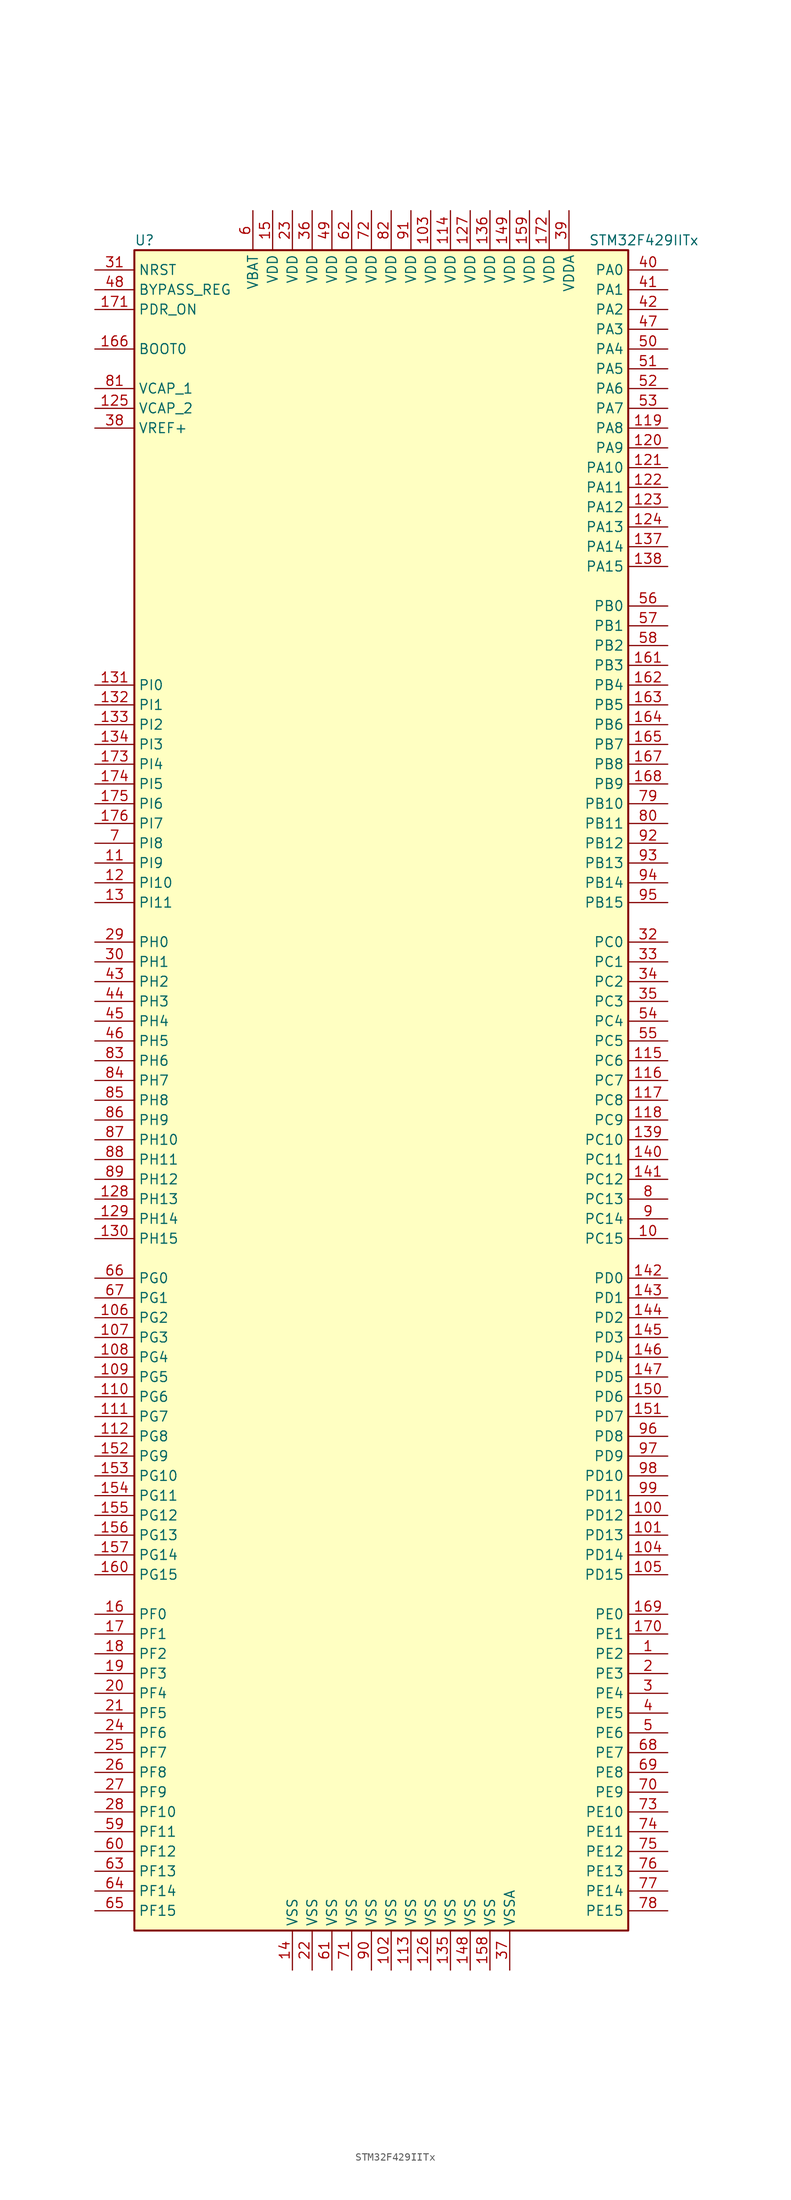
<source format=kicad_sym>
(kicad_symbol_lib
  (version 20201005)
  (generator kicad_symbol_editor)
  (symbol "STM32F429IITx"
    (property "Reference" "U"
      (at -33.02 107.95 0)
      (effects (font (size 1.27 1.27)) (justify left)))
    (property "Value" "STM32F429IITx"
      (at 25.4 107.95 0)
      (effects (font (size 1.27 1.27)) (justify left)))
    (symbol "STM32F429IITx_0_1"
      (rectangle (start -33.02 -109.22) (end 30.48 106.68) (stroke (width 0.254)) (fill (type background))))
    (symbol "STM32F429IITx_1_1"
      (pin bidirectional line (at 35.56 -73.66 180) (length 5.08) (name "PE2" (effects (font (size 1.27 1.27)))) (number "1" (effects (font (size 1.27 1.27)))))
      (pin bidirectional line (at 35.56 -20.32 180) (length 5.08) (name "PC15" (effects (font (size 1.27 1.27)))) (number "10" (effects (font (size 1.27 1.27)))))
      (pin bidirectional line (at 35.56 -55.88 180) (length 5.08) (name "PD12" (effects (font (size 1.27 1.27)))) (number "100" (effects (font (size 1.27 1.27)))))
      (pin bidirectional line (at 35.56 -58.42 180) (length 5.08) (name "PD13" (effects (font (size 1.27 1.27)))) (number "101" (effects (font (size 1.27 1.27)))))
      (pin power_in line (at 0 -114.3 90) (length 5.08) (name "VSS" (effects (font (size 1.27 1.27)))) (number "102" (effects (font (size 1.27 1.27)))))
      (pin power_in line (at 5.08 111.76 270) (length 5.08) (name "VDD" (effects (font (size 1.27 1.27)))) (number "103" (effects (font (size 1.27 1.27)))))
      (pin bidirectional line (at 35.56 -60.96 180) (length 5.08) (name "PD14" (effects (font (size 1.27 1.27)))) (number "104" (effects (font (size 1.27 1.27)))))
      (pin bidirectional line (at 35.56 -63.5 180) (length 5.08) (name "PD15" (effects (font (size 1.27 1.27)))) (number "105" (effects (font (size 1.27 1.27)))))
      (pin bidirectional line (at -38.1 -30.48 0) (length 5.08) (name "PG2" (effects (font (size 1.27 1.27)))) (number "106" (effects (font (size 1.27 1.27)))))
      (pin bidirectional line (at -38.1 -33.02 0) (length 5.08) (name "PG3" (effects (font (size 1.27 1.27)))) (number "107" (effects (font (size 1.27 1.27)))))
      (pin bidirectional line (at -38.1 -35.56 0) (length 5.08) (name "PG4" (effects (font (size 1.27 1.27)))) (number "108" (effects (font (size 1.27 1.27)))))
      (pin bidirectional line (at -38.1 -38.1 0) (length 5.08) (name "PG5" (effects (font (size 1.27 1.27)))) (number "109" (effects (font (size 1.27 1.27)))))
      (pin bidirectional line (at -38.1 27.94 0) (length 5.08) (name "PI9" (effects (font (size 1.27 1.27)))) (number "11" (effects (font (size 1.27 1.27)))))
      (pin bidirectional line (at -38.1 -40.64 0) (length 5.08) (name "PG6" (effects (font (size 1.27 1.27)))) (number "110" (effects (font (size 1.27 1.27)))))
      (pin bidirectional line (at -38.1 -43.18 0) (length 5.08) (name "PG7" (effects (font (size 1.27 1.27)))) (number "111" (effects (font (size 1.27 1.27)))))
      (pin bidirectional line (at -38.1 -45.72 0) (length 5.08) (name "PG8" (effects (font (size 1.27 1.27)))) (number "112" (effects (font (size 1.27 1.27)))))
      (pin power_in line (at 2.54 -114.3 90) (length 5.08) (name "VSS" (effects (font (size 1.27 1.27)))) (number "113" (effects (font (size 1.27 1.27)))))
      (pin power_in line (at 7.62 111.76 270) (length 5.08) (name "VDD" (effects (font (size 1.27 1.27)))) (number "114" (effects (font (size 1.27 1.27)))))
      (pin bidirectional line (at 35.56 2.54 180) (length 5.08) (name "PC6" (effects (font (size 1.27 1.27)))) (number "115" (effects (font (size 1.27 1.27)))))
      (pin bidirectional line (at 35.56 0 180) (length 5.08) (name "PC7" (effects (font (size 1.27 1.27)))) (number "116" (effects (font (size 1.27 1.27)))))
      (pin bidirectional line (at 35.56 -2.54 180) (length 5.08) (name "PC8" (effects (font (size 1.27 1.27)))) (number "117" (effects (font (size 1.27 1.27)))))
      (pin bidirectional line (at 35.56 -5.08 180) (length 5.08) (name "PC9" (effects (font (size 1.27 1.27)))) (number "118" (effects (font (size 1.27 1.27)))))
      (pin bidirectional line (at 35.56 83.82 180) (length 5.08) (name "PA8" (effects (font (size 1.27 1.27)))) (number "119" (effects (font (size 1.27 1.27)))))
      (pin bidirectional line (at -38.1 25.4 0) (length 5.08) (name "PI10" (effects (font (size 1.27 1.27)))) (number "12" (effects (font (size 1.27 1.27)))))
      (pin bidirectional line (at 35.56 81.28 180) (length 5.08) (name "PA9" (effects (font (size 1.27 1.27)))) (number "120" (effects (font (size 1.27 1.27)))))
      (pin bidirectional line (at 35.56 78.74 180) (length 5.08) (name "PA10" (effects (font (size 1.27 1.27)))) (number "121" (effects (font (size 1.27 1.27)))))
      (pin bidirectional line (at 35.56 76.2 180) (length 5.08) (name "PA11" (effects (font (size 1.27 1.27)))) (number "122" (effects (font (size 1.27 1.27)))))
      (pin bidirectional line (at 35.56 73.66 180) (length 5.08) (name "PA12" (effects (font (size 1.27 1.27)))) (number "123" (effects (font (size 1.27 1.27)))))
      (pin bidirectional line (at 35.56 71.12 180) (length 5.08) (name "PA13" (effects (font (size 1.27 1.27)))) (number "124" (effects (font (size 1.27 1.27)))))
      (pin power_in line (at -38.1 86.36 0) (length 5.08) (name "VCAP_2" (effects (font (size 1.27 1.27)))) (number "125" (effects (font (size 1.27 1.27)))))
      (pin power_in line (at 5.08 -114.3 90) (length 5.08) (name "VSS" (effects (font (size 1.27 1.27)))) (number "126" (effects (font (size 1.27 1.27)))))
      (pin power_in line (at 10.16 111.76 270) (length 5.08) (name "VDD" (effects (font (size 1.27 1.27)))) (number "127" (effects (font (size 1.27 1.27)))))
      (pin bidirectional line (at -38.1 -15.24 0) (length 5.08) (name "PH13" (effects (font (size 1.27 1.27)))) (number "128" (effects (font (size 1.27 1.27)))))
      (pin bidirectional line (at -38.1 -17.78 0) (length 5.08) (name "PH14" (effects (font (size 1.27 1.27)))) (number "129" (effects (font (size 1.27 1.27)))))
      (pin bidirectional line (at -38.1 22.86 0) (length 5.08) (name "PI11" (effects (font (size 1.27 1.27)))) (number "13" (effects (font (size 1.27 1.27)))))
      (pin bidirectional line (at -38.1 -20.32 0) (length 5.08) (name "PH15" (effects (font (size 1.27 1.27)))) (number "130" (effects (font (size 1.27 1.27)))))
      (pin bidirectional line (at -38.1 50.8 0) (length 5.08) (name "PI0" (effects (font (size 1.27 1.27)))) (number "131" (effects (font (size 1.27 1.27)))))
      (pin bidirectional line (at -38.1 48.26 0) (length 5.08) (name "PI1" (effects (font (size 1.27 1.27)))) (number "132" (effects (font (size 1.27 1.27)))))
      (pin bidirectional line (at -38.1 45.72 0) (length 5.08) (name "PI2" (effects (font (size 1.27 1.27)))) (number "133" (effects (font (size 1.27 1.27)))))
      (pin bidirectional line (at -38.1 43.18 0) (length 5.08) (name "PI3" (effects (font (size 1.27 1.27)))) (number "134" (effects (font (size 1.27 1.27)))))
      (pin power_in line (at 7.62 -114.3 90) (length 5.08) (name "VSS" (effects (font (size 1.27 1.27)))) (number "135" (effects (font (size 1.27 1.27)))))
      (pin power_in line (at 12.7 111.76 270) (length 5.08) (name "VDD" (effects (font (size 1.27 1.27)))) (number "136" (effects (font (size 1.27 1.27)))))
      (pin bidirectional line (at 35.56 68.58 180) (length 5.08) (name "PA14" (effects (font (size 1.27 1.27)))) (number "137" (effects (font (size 1.27 1.27)))))
      (pin bidirectional line (at 35.56 66.04 180) (length 5.08) (name "PA15" (effects (font (size 1.27 1.27)))) (number "138" (effects (font (size 1.27 1.27)))))
      (pin bidirectional line (at 35.56 -7.62 180) (length 5.08) (name "PC10" (effects (font (size 1.27 1.27)))) (number "139" (effects (font (size 1.27 1.27)))))
      (pin power_in line (at -12.7 -114.3 90) (length 5.08) (name "VSS" (effects (font (size 1.27 1.27)))) (number "14" (effects (font (size 1.27 1.27)))))
      (pin bidirectional line (at 35.56 -10.16 180) (length 5.08) (name "PC11" (effects (font (size 1.27 1.27)))) (number "140" (effects (font (size 1.27 1.27)))))
      (pin bidirectional line (at 35.56 -12.7 180) (length 5.08) (name "PC12" (effects (font (size 1.27 1.27)))) (number "141" (effects (font (size 1.27 1.27)))))
      (pin bidirectional line (at 35.56 -25.4 180) (length 5.08) (name "PD0" (effects (font (size 1.27 1.27)))) (number "142" (effects (font (size 1.27 1.27)))))
      (pin bidirectional line (at 35.56 -27.94 180) (length 5.08) (name "PD1" (effects (font (size 1.27 1.27)))) (number "143" (effects (font (size 1.27 1.27)))))
      (pin bidirectional line (at 35.56 -30.48 180) (length 5.08) (name "PD2" (effects (font (size 1.27 1.27)))) (number "144" (effects (font (size 1.27 1.27)))))
      (pin bidirectional line (at 35.56 -33.02 180) (length 5.08) (name "PD3" (effects (font (size 1.27 1.27)))) (number "145" (effects (font (size 1.27 1.27)))))
      (pin bidirectional line (at 35.56 -35.56 180) (length 5.08) (name "PD4" (effects (font (size 1.27 1.27)))) (number "146" (effects (font (size 1.27 1.27)))))
      (pin bidirectional line (at 35.56 -38.1 180) (length 5.08) (name "PD5" (effects (font (size 1.27 1.27)))) (number "147" (effects (font (size 1.27 1.27)))))
      (pin power_in line (at 10.16 -114.3 90) (length 5.08) (name "VSS" (effects (font (size 1.27 1.27)))) (number "148" (effects (font (size 1.27 1.27)))))
      (pin power_in line (at 15.24 111.76 270) (length 5.08) (name "VDD" (effects (font (size 1.27 1.27)))) (number "149" (effects (font (size 1.27 1.27)))))
      (pin power_in line (at -15.24 111.76 270) (length 5.08) (name "VDD" (effects (font (size 1.27 1.27)))) (number "15" (effects (font (size 1.27 1.27)))))
      (pin bidirectional line (at 35.56 -40.64 180) (length 5.08) (name "PD6" (effects (font (size 1.27 1.27)))) (number "150" (effects (font (size 1.27 1.27)))))
      (pin bidirectional line (at 35.56 -43.18 180) (length 5.08) (name "PD7" (effects (font (size 1.27 1.27)))) (number "151" (effects (font (size 1.27 1.27)))))
      (pin bidirectional line (at -38.1 -48.26 0) (length 5.08) (name "PG9" (effects (font (size 1.27 1.27)))) (number "152" (effects (font (size 1.27 1.27)))))
      (pin bidirectional line (at -38.1 -50.8 0) (length 5.08) (name "PG10" (effects (font (size 1.27 1.27)))) (number "153" (effects (font (size 1.27 1.27)))))
      (pin bidirectional line (at -38.1 -53.34 0) (length 5.08) (name "PG11" (effects (font (size 1.27 1.27)))) (number "154" (effects (font (size 1.27 1.27)))))
      (pin bidirectional line (at -38.1 -55.88 0) (length 5.08) (name "PG12" (effects (font (size 1.27 1.27)))) (number "155" (effects (font (size 1.27 1.27)))))
      (pin bidirectional line (at -38.1 -58.42 0) (length 5.08) (name "PG13" (effects (font (size 1.27 1.27)))) (number "156" (effects (font (size 1.27 1.27)))))
      (pin bidirectional line (at -38.1 -60.96 0) (length 5.08) (name "PG14" (effects (font (size 1.27 1.27)))) (number "157" (effects (font (size 1.27 1.27)))))
      (pin power_in line (at 12.7 -114.3 90) (length 5.08) (name "VSS" (effects (font (size 1.27 1.27)))) (number "158" (effects (font (size 1.27 1.27)))))
      (pin power_in line (at 17.78 111.76 270) (length 5.08) (name "VDD" (effects (font (size 1.27 1.27)))) (number "159" (effects (font (size 1.27 1.27)))))
      (pin bidirectional line (at -38.1 -68.58 0) (length 5.08) (name "PF0" (effects (font (size 1.27 1.27)))) (number "16" (effects (font (size 1.27 1.27)))))
      (pin bidirectional line (at -38.1 -63.5 0) (length 5.08) (name "PG15" (effects (font (size 1.27 1.27)))) (number "160" (effects (font (size 1.27 1.27)))))
      (pin bidirectional line (at 35.56 53.34 180) (length 5.08) (name "PB3" (effects (font (size 1.27 1.27)))) (number "161" (effects (font (size 1.27 1.27)))))
      (pin bidirectional line (at 35.56 50.8 180) (length 5.08) (name "PB4" (effects (font (size 1.27 1.27)))) (number "162" (effects (font (size 1.27 1.27)))))
      (pin bidirectional line (at 35.56 48.26 180) (length 5.08) (name "PB5" (effects (font (size 1.27 1.27)))) (number "163" (effects (font (size 1.27 1.27)))))
      (pin bidirectional line (at 35.56 45.72 180) (length 5.08) (name "PB6" (effects (font (size 1.27 1.27)))) (number "164" (effects (font (size 1.27 1.27)))))
      (pin bidirectional line (at 35.56 43.18 180) (length 5.08) (name "PB7" (effects (font (size 1.27 1.27)))) (number "165" (effects (font (size 1.27 1.27)))))
      (pin input line (at -38.1 93.98 0) (length 5.08) (name "BOOT0" (effects (font (size 1.27 1.27)))) (number "166" (effects (font (size 1.27 1.27)))))
      (pin bidirectional line (at 35.56 40.64 180) (length 5.08) (name "PB8" (effects (font (size 1.27 1.27)))) (number "167" (effects (font (size 1.27 1.27)))))
      (pin bidirectional line (at 35.56 38.1 180) (length 5.08) (name "PB9" (effects (font (size 1.27 1.27)))) (number "168" (effects (font (size 1.27 1.27)))))
      (pin bidirectional line (at 35.56 -68.58 180) (length 5.08) (name "PE0" (effects (font (size 1.27 1.27)))) (number "169" (effects (font (size 1.27 1.27)))))
      (pin bidirectional line (at -38.1 -71.12 0) (length 5.08) (name "PF1" (effects (font (size 1.27 1.27)))) (number "17" (effects (font (size 1.27 1.27)))))
      (pin bidirectional line (at 35.56 -71.12 180) (length 5.08) (name "PE1" (effects (font (size 1.27 1.27)))) (number "170" (effects (font (size 1.27 1.27)))))
      (pin input line (at -38.1 99.06 0) (length 5.08) (name "PDR_ON" (effects (font (size 1.27 1.27)))) (number "171" (effects (font (size 1.27 1.27)))))
      (pin power_in line (at 20.32 111.76 270) (length 5.08) (name "VDD" (effects (font (size 1.27 1.27)))) (number "172" (effects (font (size 1.27 1.27)))))
      (pin bidirectional line (at -38.1 40.64 0) (length 5.08) (name "PI4" (effects (font (size 1.27 1.27)))) (number "173" (effects (font (size 1.27 1.27)))))
      (pin bidirectional line (at -38.1 38.1 0) (length 5.08) (name "PI5" (effects (font (size 1.27 1.27)))) (number "174" (effects (font (size 1.27 1.27)))))
      (pin bidirectional line (at -38.1 35.56 0) (length 5.08) (name "PI6" (effects (font (size 1.27 1.27)))) (number "175" (effects (font (size 1.27 1.27)))))
      (pin bidirectional line (at -38.1 33.02 0) (length 5.08) (name "PI7" (effects (font (size 1.27 1.27)))) (number "176" (effects (font (size 1.27 1.27)))))
      (pin bidirectional line (at -38.1 -73.66 0) (length 5.08) (name "PF2" (effects (font (size 1.27 1.27)))) (number "18" (effects (font (size 1.27 1.27)))))
      (pin bidirectional line (at -38.1 -76.2 0) (length 5.08) (name "PF3" (effects (font (size 1.27 1.27)))) (number "19" (effects (font (size 1.27 1.27)))))
      (pin bidirectional line (at 35.56 -76.2 180) (length 5.08) (name "PE3" (effects (font (size 1.27 1.27)))) (number "2" (effects (font (size 1.27 1.27)))))
      (pin bidirectional line (at -38.1 -78.74 0) (length 5.08) (name "PF4" (effects (font (size 1.27 1.27)))) (number "20" (effects (font (size 1.27 1.27)))))
      (pin bidirectional line (at -38.1 -81.28 0) (length 5.08) (name "PF5" (effects (font (size 1.27 1.27)))) (number "21" (effects (font (size 1.27 1.27)))))
      (pin power_in line (at -10.16 -114.3 90) (length 5.08) (name "VSS" (effects (font (size 1.27 1.27)))) (number "22" (effects (font (size 1.27 1.27)))))
      (pin power_in line (at -12.7 111.76 270) (length 5.08) (name "VDD" (effects (font (size 1.27 1.27)))) (number "23" (effects (font (size 1.27 1.27)))))
      (pin bidirectional line (at -38.1 -83.82 0) (length 5.08) (name "PF6" (effects (font (size 1.27 1.27)))) (number "24" (effects (font (size 1.27 1.27)))))
      (pin bidirectional line (at -38.1 -86.36 0) (length 5.08) (name "PF7" (effects (font (size 1.27 1.27)))) (number "25" (effects (font (size 1.27 1.27)))))
      (pin bidirectional line (at -38.1 -88.9 0) (length 5.08) (name "PF8" (effects (font (size 1.27 1.27)))) (number "26" (effects (font (size 1.27 1.27)))))
      (pin bidirectional line (at -38.1 -91.44 0) (length 5.08) (name "PF9" (effects (font (size 1.27 1.27)))) (number "27" (effects (font (size 1.27 1.27)))))
      (pin bidirectional line (at -38.1 -93.98 0) (length 5.08) (name "PF10" (effects (font (size 1.27 1.27)))) (number "28" (effects (font (size 1.27 1.27)))))
      (pin input line (at -38.1 17.78 0) (length 5.08) (name "PH0" (effects (font (size 1.27 1.27)))) (number "29" (effects (font (size 1.27 1.27)))))
      (pin bidirectional line (at 35.56 -78.74 180) (length 5.08) (name "PE4" (effects (font (size 1.27 1.27)))) (number "3" (effects (font (size 1.27 1.27)))))
      (pin input line (at -38.1 15.24 0) (length 5.08) (name "PH1" (effects (font (size 1.27 1.27)))) (number "30" (effects (font (size 1.27 1.27)))))
      (pin input line (at -38.1 104.14 0) (length 5.08) (name "NRST" (effects (font (size 1.27 1.27)))) (number "31" (effects (font (size 1.27 1.27)))))
      (pin bidirectional line (at 35.56 17.78 180) (length 5.08) (name "PC0" (effects (font (size 1.27 1.27)))) (number "32" (effects (font (size 1.27 1.27)))))
      (pin bidirectional line (at 35.56 15.24 180) (length 5.08) (name "PC1" (effects (font (size 1.27 1.27)))) (number "33" (effects (font (size 1.27 1.27)))))
      (pin bidirectional line (at 35.56 12.7 180) (length 5.08) (name "PC2" (effects (font (size 1.27 1.27)))) (number "34" (effects (font (size 1.27 1.27)))))
      (pin bidirectional line (at 35.56 10.16 180) (length 5.08) (name "PC3" (effects (font (size 1.27 1.27)))) (number "35" (effects (font (size 1.27 1.27)))))
      (pin power_in line (at -10.16 111.76 270) (length 5.08) (name "VDD" (effects (font (size 1.27 1.27)))) (number "36" (effects (font (size 1.27 1.27)))))
      (pin power_in line (at 15.24 -114.3 90) (length 5.08) (name "VSSA" (effects (font (size 1.27 1.27)))) (number "37" (effects (font (size 1.27 1.27)))))
      (pin power_in line (at -38.1 83.82 0) (length 5.08) (name "VREF+" (effects (font (size 1.27 1.27)))) (number "38" (effects (font (size 1.27 1.27)))))
      (pin power_in line (at 22.86 111.76 270) (length 5.08) (name "VDDA" (effects (font (size 1.27 1.27)))) (number "39" (effects (font (size 1.27 1.27)))))
      (pin bidirectional line (at 35.56 -81.28 180) (length 5.08) (name "PE5" (effects (font (size 1.27 1.27)))) (number "4" (effects (font (size 1.27 1.27)))))
      (pin bidirectional line (at 35.56 104.14 180) (length 5.08) (name "PA0" (effects (font (size 1.27 1.27)))) (number "40" (effects (font (size 1.27 1.27)))))
      (pin bidirectional line (at 35.56 101.6 180) (length 5.08) (name "PA1" (effects (font (size 1.27 1.27)))) (number "41" (effects (font (size 1.27 1.27)))))
      (pin bidirectional line (at 35.56 99.06 180) (length 5.08) (name "PA2" (effects (font (size 1.27 1.27)))) (number "42" (effects (font (size 1.27 1.27)))))
      (pin bidirectional line (at -38.1 12.7 0) (length 5.08) (name "PH2" (effects (font (size 1.27 1.27)))) (number "43" (effects (font (size 1.27 1.27)))))
      (pin bidirectional line (at -38.1 10.16 0) (length 5.08) (name "PH3" (effects (font (size 1.27 1.27)))) (number "44" (effects (font (size 1.27 1.27)))))
      (pin bidirectional line (at -38.1 7.62 0) (length 5.08) (name "PH4" (effects (font (size 1.27 1.27)))) (number "45" (effects (font (size 1.27 1.27)))))
      (pin bidirectional line (at -38.1 5.08 0) (length 5.08) (name "PH5" (effects (font (size 1.27 1.27)))) (number "46" (effects (font (size 1.27 1.27)))))
      (pin bidirectional line (at 35.56 96.52 180) (length 5.08) (name "PA3" (effects (font (size 1.27 1.27)))) (number "47" (effects (font (size 1.27 1.27)))))
      (pin input line (at -38.1 101.6 0) (length 5.08) (name "BYPASS_REG" (effects (font (size 1.27 1.27)))) (number "48" (effects (font (size 1.27 1.27)))))
      (pin power_in line (at -7.62 111.76 270) (length 5.08) (name "VDD" (effects (font (size 1.27 1.27)))) (number "49" (effects (font (size 1.27 1.27)))))
      (pin bidirectional line (at 35.56 -83.82 180) (length 5.08) (name "PE6" (effects (font (size 1.27 1.27)))) (number "5" (effects (font (size 1.27 1.27)))))
      (pin bidirectional line (at 35.56 93.98 180) (length 5.08) (name "PA4" (effects (font (size 1.27 1.27)))) (number "50" (effects (font (size 1.27 1.27)))))
      (pin bidirectional line (at 35.56 91.44 180) (length 5.08) (name "PA5" (effects (font (size 1.27 1.27)))) (number "51" (effects (font (size 1.27 1.27)))))
      (pin bidirectional line (at 35.56 88.9 180) (length 5.08) (name "PA6" (effects (font (size 1.27 1.27)))) (number "52" (effects (font (size 1.27 1.27)))))
      (pin bidirectional line (at 35.56 86.36 180) (length 5.08) (name "PA7" (effects (font (size 1.27 1.27)))) (number "53" (effects (font (size 1.27 1.27)))))
      (pin bidirectional line (at 35.56 7.62 180) (length 5.08) (name "PC4" (effects (font (size 1.27 1.27)))) (number "54" (effects (font (size 1.27 1.27)))))
      (pin bidirectional line (at 35.56 5.08 180) (length 5.08) (name "PC5" (effects (font (size 1.27 1.27)))) (number "55" (effects (font (size 1.27 1.27)))))
      (pin bidirectional line (at 35.56 60.96 180) (length 5.08) (name "PB0" (effects (font (size 1.27 1.27)))) (number "56" (effects (font (size 1.27 1.27)))))
      (pin bidirectional line (at 35.56 58.42 180) (length 5.08) (name "PB1" (effects (font (size 1.27 1.27)))) (number "57" (effects (font (size 1.27 1.27)))))
      (pin bidirectional line (at 35.56 55.88 180) (length 5.08) (name "PB2" (effects (font (size 1.27 1.27)))) (number "58" (effects (font (size 1.27 1.27)))))
      (pin bidirectional line (at -38.1 -96.52 0) (length 5.08) (name "PF11" (effects (font (size 1.27 1.27)))) (number "59" (effects (font (size 1.27 1.27)))))
      (pin power_in line (at -17.78 111.76 270) (length 5.08) (name "VBAT" (effects (font (size 1.27 1.27)))) (number "6" (effects (font (size 1.27 1.27)))))
      (pin bidirectional line (at -38.1 -99.06 0) (length 5.08) (name "PF12" (effects (font (size 1.27 1.27)))) (number "60" (effects (font (size 1.27 1.27)))))
      (pin power_in line (at -7.62 -114.3 90) (length 5.08) (name "VSS" (effects (font (size 1.27 1.27)))) (number "61" (effects (font (size 1.27 1.27)))))
      (pin power_in line (at -5.08 111.76 270) (length 5.08) (name "VDD" (effects (font (size 1.27 1.27)))) (number "62" (effects (font (size 1.27 1.27)))))
      (pin bidirectional line (at -38.1 -101.6 0) (length 5.08) (name "PF13" (effects (font (size 1.27 1.27)))) (number "63" (effects (font (size 1.27 1.27)))))
      (pin bidirectional line (at -38.1 -104.14 0) (length 5.08) (name "PF14" (effects (font (size 1.27 1.27)))) (number "64" (effects (font (size 1.27 1.27)))))
      (pin bidirectional line (at -38.1 -106.68 0) (length 5.08) (name "PF15" (effects (font (size 1.27 1.27)))) (number "65" (effects (font (size 1.27 1.27)))))
      (pin bidirectional line (at -38.1 -25.4 0) (length 5.08) (name "PG0" (effects (font (size 1.27 1.27)))) (number "66" (effects (font (size 1.27 1.27)))))
      (pin bidirectional line (at -38.1 -27.94 0) (length 5.08) (name "PG1" (effects (font (size 1.27 1.27)))) (number "67" (effects (font (size 1.27 1.27)))))
      (pin bidirectional line (at 35.56 -86.36 180) (length 5.08) (name "PE7" (effects (font (size 1.27 1.27)))) (number "68" (effects (font (size 1.27 1.27)))))
      (pin bidirectional line (at 35.56 -88.9 180) (length 5.08) (name "PE8" (effects (font (size 1.27 1.27)))) (number "69" (effects (font (size 1.27 1.27)))))
      (pin bidirectional line (at -38.1 30.48 0) (length 5.08) (name "PI8" (effects (font (size 1.27 1.27)))) (number "7" (effects (font (size 1.27 1.27)))))
      (pin bidirectional line (at 35.56 -91.44 180) (length 5.08) (name "PE9" (effects (font (size 1.27 1.27)))) (number "70" (effects (font (size 1.27 1.27)))))
      (pin power_in line (at -5.08 -114.3 90) (length 5.08) (name "VSS" (effects (font (size 1.27 1.27)))) (number "71" (effects (font (size 1.27 1.27)))))
      (pin power_in line (at -2.54 111.76 270) (length 5.08) (name "VDD" (effects (font (size 1.27 1.27)))) (number "72" (effects (font (size 1.27 1.27)))))
      (pin bidirectional line (at 35.56 -93.98 180) (length 5.08) (name "PE10" (effects (font (size 1.27 1.27)))) (number "73" (effects (font (size 1.27 1.27)))))
      (pin bidirectional line (at 35.56 -96.52 180) (length 5.08) (name "PE11" (effects (font (size 1.27 1.27)))) (number "74" (effects (font (size 1.27 1.27)))))
      (pin bidirectional line (at 35.56 -99.06 180) (length 5.08) (name "PE12" (effects (font (size 1.27 1.27)))) (number "75" (effects (font (size 1.27 1.27)))))
      (pin bidirectional line (at 35.56 -101.6 180) (length 5.08) (name "PE13" (effects (font (size 1.27 1.27)))) (number "76" (effects (font (size 1.27 1.27)))))
      (pin bidirectional line (at 35.56 -104.14 180) (length 5.08) (name "PE14" (effects (font (size 1.27 1.27)))) (number "77" (effects (font (size 1.27 1.27)))))
      (pin bidirectional line (at 35.56 -106.68 180) (length 5.08) (name "PE15" (effects (font (size 1.27 1.27)))) (number "78" (effects (font (size 1.27 1.27)))))
      (pin bidirectional line (at 35.56 35.56 180) (length 5.08) (name "PB10" (effects (font (size 1.27 1.27)))) (number "79" (effects (font (size 1.27 1.27)))))
      (pin bidirectional line (at 35.56 -15.24 180) (length 5.08) (name "PC13" (effects (font (size 1.27 1.27)))) (number "8" (effects (font (size 1.27 1.27)))))
      (pin bidirectional line (at 35.56 33.02 180) (length 5.08) (name "PB11" (effects (font (size 1.27 1.27)))) (number "80" (effects (font (size 1.27 1.27)))))
      (pin power_in line (at -38.1 88.9 0) (length 5.08) (name "VCAP_1" (effects (font (size 1.27 1.27)))) (number "81" (effects (font (size 1.27 1.27)))))
      (pin power_in line (at 0 111.76 270) (length 5.08) (name "VDD" (effects (font (size 1.27 1.27)))) (number "82" (effects (font (size 1.27 1.27)))))
      (pin bidirectional line (at -38.1 2.54 0) (length 5.08) (name "PH6" (effects (font (size 1.27 1.27)))) (number "83" (effects (font (size 1.27 1.27)))))
      (pin bidirectional line (at -38.1 0 0) (length 5.08) (name "PH7" (effects (font (size 1.27 1.27)))) (number "84" (effects (font (size 1.27 1.27)))))
      (pin bidirectional line (at -38.1 -2.54 0) (length 5.08) (name "PH8" (effects (font (size 1.27 1.27)))) (number "85" (effects (font (size 1.27 1.27)))))
      (pin bidirectional line (at -38.1 -5.08 0) (length 5.08) (name "PH9" (effects (font (size 1.27 1.27)))) (number "86" (effects (font (size 1.27 1.27)))))
      (pin bidirectional line (at -38.1 -7.62 0) (length 5.08) (name "PH10" (effects (font (size 1.27 1.27)))) (number "87" (effects (font (size 1.27 1.27)))))
      (pin bidirectional line (at -38.1 -10.16 0) (length 5.08) (name "PH11" (effects (font (size 1.27 1.27)))) (number "88" (effects (font (size 1.27 1.27)))))
      (pin bidirectional line (at -38.1 -12.7 0) (length 5.08) (name "PH12" (effects (font (size 1.27 1.27)))) (number "89" (effects (font (size 1.27 1.27)))))
      (pin bidirectional line (at 35.56 -17.78 180) (length 5.08) (name "PC14" (effects (font (size 1.27 1.27)))) (number "9" (effects (font (size 1.27 1.27)))))
      (pin power_in line (at -2.54 -114.3 90) (length 5.08) (name "VSS" (effects (font (size 1.27 1.27)))) (number "90" (effects (font (size 1.27 1.27)))))
      (pin power_in line (at 2.54 111.76 270) (length 5.08) (name "VDD" (effects (font (size 1.27 1.27)))) (number "91" (effects (font (size 1.27 1.27)))))
      (pin bidirectional line (at 35.56 30.48 180) (length 5.08) (name "PB12" (effects (font (size 1.27 1.27)))) (number "92" (effects (font (size 1.27 1.27)))))
      (pin bidirectional line (at 35.56 27.94 180) (length 5.08) (name "PB13" (effects (font (size 1.27 1.27)))) (number "93" (effects (font (size 1.27 1.27)))))
      (pin bidirectional line (at 35.56 25.4 180) (length 5.08) (name "PB14" (effects (font (size 1.27 1.27)))) (number "94" (effects (font (size 1.27 1.27)))))
      (pin bidirectional line (at 35.56 22.86 180) (length 5.08) (name "PB15" (effects (font (size 1.27 1.27)))) (number "95" (effects (font (size 1.27 1.27)))))
      (pin bidirectional line (at 35.56 -45.72 180) (length 5.08) (name "PD8" (effects (font (size 1.27 1.27)))) (number "96" (effects (font (size 1.27 1.27)))))
      (pin bidirectional line (at 35.56 -48.26 180) (length 5.08) (name "PD9" (effects (font (size 1.27 1.27)))) (number "97" (effects (font (size 1.27 1.27)))))
      (pin bidirectional line (at 35.56 -50.8 180) (length 5.08) (name "PD10" (effects (font (size 1.27 1.27)))) (number "98" (effects (font (size 1.27 1.27)))))
      (pin bidirectional line (at 35.56 -53.34 180) (length 5.08) (name "PD11" (effects (font (size 1.27 1.27)))) (number "99" (effects (font (size 1.27 1.27))))))))
</source>
